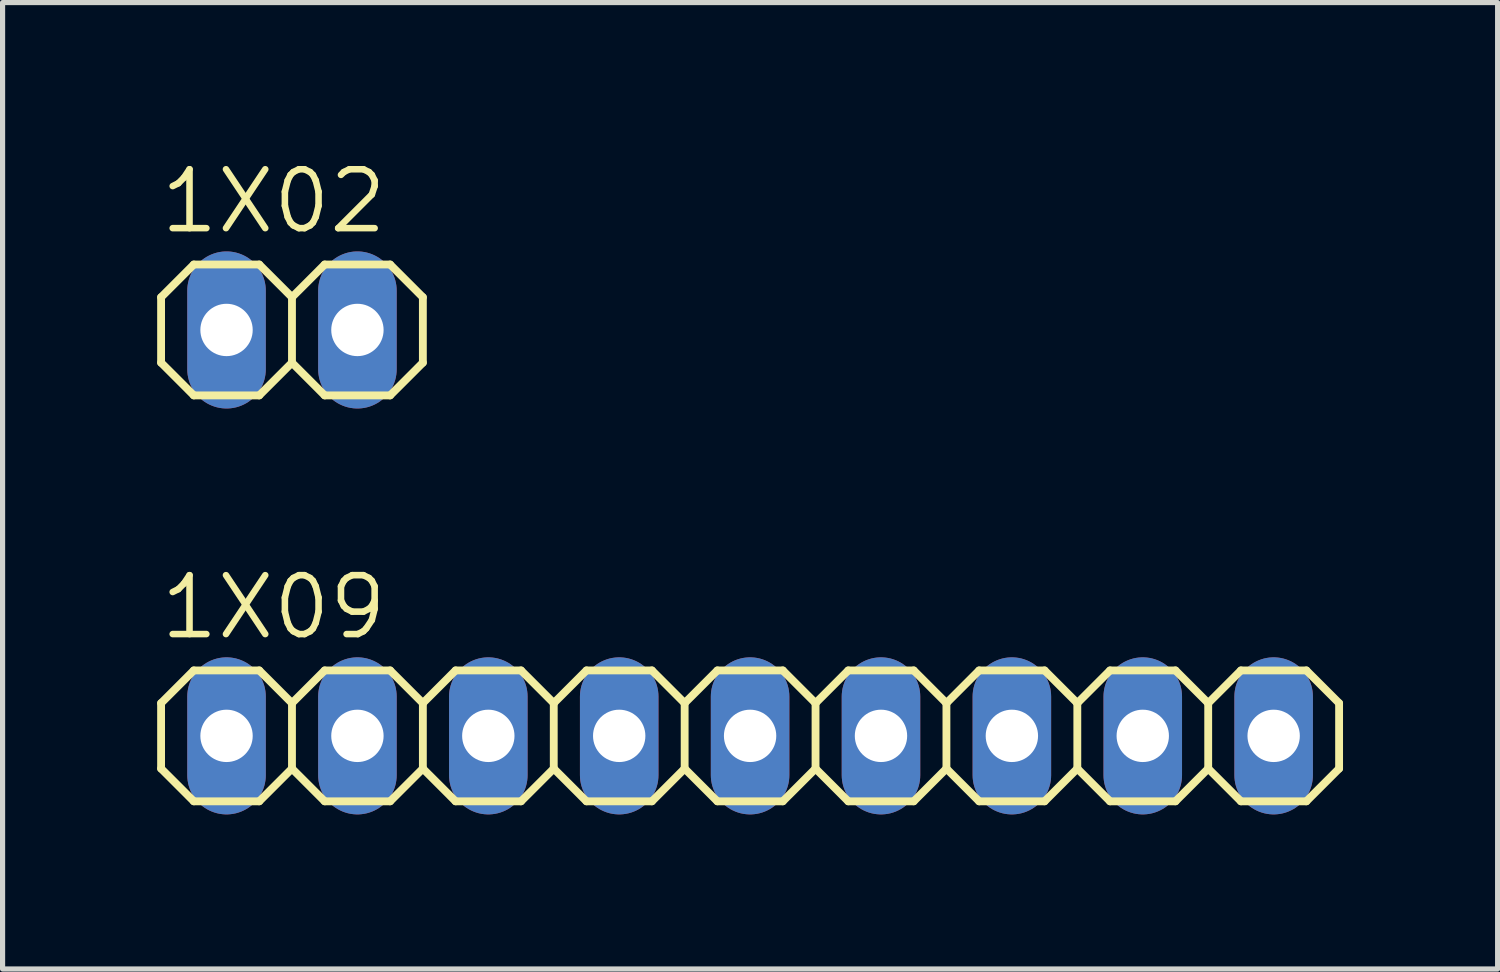
<source format=kicad_pcb>
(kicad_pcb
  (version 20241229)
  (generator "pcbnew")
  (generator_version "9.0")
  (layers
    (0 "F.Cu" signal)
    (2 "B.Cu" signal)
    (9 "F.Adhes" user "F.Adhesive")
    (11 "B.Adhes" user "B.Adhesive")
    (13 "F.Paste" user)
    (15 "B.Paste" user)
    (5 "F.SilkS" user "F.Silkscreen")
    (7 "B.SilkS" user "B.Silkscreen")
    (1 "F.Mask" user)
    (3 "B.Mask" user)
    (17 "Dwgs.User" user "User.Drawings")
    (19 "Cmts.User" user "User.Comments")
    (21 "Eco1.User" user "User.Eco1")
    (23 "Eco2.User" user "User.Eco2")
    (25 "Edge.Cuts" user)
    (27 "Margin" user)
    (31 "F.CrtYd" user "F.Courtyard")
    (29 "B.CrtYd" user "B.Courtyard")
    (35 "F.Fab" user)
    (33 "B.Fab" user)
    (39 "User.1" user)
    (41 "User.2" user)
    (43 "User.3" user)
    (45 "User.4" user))
  (footprint "1X09"
    (layer "F.Cu")
    (at 11.506 11.23)
    (property "Reference" "1X09" (at -11.506 -1.829 0) (layer "F.SilkS") (effects (font (size 1.143 1.143) (thickness 0.127)) (justify left bottom)))
    (fp_line (start -11.43 -0.635) (end -11.43 0.635) (stroke (width 0.152) (type solid)) (layer "F.SilkS"))
    (fp_line (start -11.43 0.635) (end -10.795 1.27) (stroke (width 0.152) (type solid)) (layer "F.SilkS"))
    (fp_line (start -10.795 -1.27) (end -11.43 -0.635) (stroke (width 0.152) (type solid)) (layer "F.SilkS"))
    (fp_line (start -10.795 -1.27) (end -9.525 -1.27) (stroke (width 0.152) (type solid)) (layer "F.SilkS"))
    (fp_line (start -9.525 -1.27) (end -8.89 -0.635) (stroke (width 0.152) (type solid)) (layer "F.SilkS"))
    (fp_line (start -9.525 1.27) (end -10.795 1.27) (stroke (width 0.152) (type solid)) (layer "F.SilkS"))
    (fp_line (start -8.89 -0.635) (end -8.89 0.635) (stroke (width 0.152) (type solid)) (layer "F.SilkS"))
    (fp_line (start -8.89 -0.635) (end -8.255 -1.27) (stroke (width 0.152) (type solid)) (layer "F.SilkS"))
    (fp_line (start -8.89 0.635) (end -9.525 1.27) (stroke (width 0.152) (type solid)) (layer "F.SilkS"))
    (fp_line (start -8.255 -1.27) (end -6.985 -1.27) (stroke (width 0.152) (type solid)) (layer "F.SilkS"))
    (fp_line (start -8.255 1.27) (end -8.89 0.635) (stroke (width 0.152) (type solid)) (layer "F.SilkS"))
    (fp_line (start -6.985 -1.27) (end -6.35 -0.635) (stroke (width 0.152) (type solid)) (layer "F.SilkS"))
    (fp_line (start -6.985 1.27) (end -8.255 1.27) (stroke (width 0.152) (type solid)) (layer "F.SilkS"))
    (fp_line (start -6.35 -0.635) (end -6.35 0.635) (stroke (width 0.152) (type solid)) (layer "F.SilkS"))
    (fp_line (start -6.35 -0.635) (end -5.715 -1.27) (stroke (width 0.152) (type solid)) (layer "F.SilkS"))
    (fp_line (start -6.35 0.635) (end -6.985 1.27) (stroke (width 0.152) (type solid)) (layer "F.SilkS"))
    (fp_line (start -5.715 -1.27) (end -4.445 -1.27) (stroke (width 0.152) (type solid)) (layer "F.SilkS"))
    (fp_line (start -5.715 1.27) (end -6.35 0.635) (stroke (width 0.152) (type solid)) (layer "F.SilkS"))
    (fp_line (start -4.445 -1.27) (end -3.81 -0.635) (stroke (width 0.152) (type solid)) (layer "F.SilkS"))
    (fp_line (start -4.445 1.27) (end -5.715 1.27) (stroke (width 0.152) (type solid)) (layer "F.SilkS"))
    (fp_line (start -3.81 -0.635) (end -3.81 0.635) (stroke (width 0.152) (type solid)) (layer "F.SilkS"))
    (fp_line (start -3.81 0.635) (end -4.445 1.27) (stroke (width 0.152) (type solid)) (layer "F.SilkS"))
    (fp_line (start -3.81 0.635) (end -3.175 1.27) (stroke (width 0.152) (type solid)) (layer "F.SilkS"))
    (fp_line (start -3.175 -1.27) (end -3.81 -0.635) (stroke (width 0.152) (type solid)) (layer "F.SilkS"))
    (fp_line (start -3.175 -1.27) (end -1.905 -1.27) (stroke (width 0.152) (type solid)) (layer "F.SilkS"))
    (fp_line (start -1.905 -1.27) (end -1.27 -0.635) (stroke (width 0.152) (type solid)) (layer "F.SilkS"))
    (fp_line (start -1.905 1.27) (end -3.175 1.27) (stroke (width 0.152) (type solid)) (layer "F.SilkS"))
    (fp_line (start -1.27 -0.635) (end -1.27 0.635) (stroke (width 0.152) (type solid)) (layer "F.SilkS"))
    (fp_line (start -1.27 -0.635) (end -0.635 -1.27) (stroke (width 0.152) (type solid)) (layer "F.SilkS"))
    (fp_line (start -1.27 0.635) (end -1.905 1.27) (stroke (width 0.152) (type solid)) (layer "F.SilkS"))
    (fp_line (start -0.635 -1.27) (end 0.635 -1.27) (stroke (width 0.152) (type solid)) (layer "F.SilkS"))
    (fp_line (start -0.635 1.27) (end -1.27 0.635) (stroke (width 0.152) (type solid)) (layer "F.SilkS"))
    (fp_line (start 0.635 -1.27) (end 1.27 -0.635) (stroke (width 0.152) (type solid)) (layer "F.SilkS"))
    (fp_line (start 0.635 1.27) (end -0.635 1.27) (stroke (width 0.152) (type solid)) (layer "F.SilkS"))
    (fp_line (start 1.27 -0.635) (end 1.27 0.635) (stroke (width 0.152) (type solid)) (layer "F.SilkS"))
    (fp_line (start 1.27 -0.635) (end 1.905 -1.27) (stroke (width 0.152) (type solid)) (layer "F.SilkS"))
    (fp_line (start 1.27 0.635) (end 0.635 1.27) (stroke (width 0.152) (type solid)) (layer "F.SilkS"))
    (fp_line (start 1.905 -1.27) (end 3.175 -1.27) (stroke (width 0.152) (type solid)) (layer "F.SilkS"))
    (fp_line (start 1.905 1.27) (end 1.27 0.635) (stroke (width 0.152) (type solid)) (layer "F.SilkS"))
    (fp_line (start 3.175 -1.27) (end 3.81 -0.635) (stroke (width 0.152) (type solid)) (layer "F.SilkS"))
    (fp_line (start 3.175 1.27) (end 1.905 1.27) (stroke (width 0.152) (type solid)) (layer "F.SilkS"))
    (fp_line (start 3.81 -0.635) (end 3.81 0.635) (stroke (width 0.152) (type solid)) (layer "F.SilkS"))
    (fp_line (start 3.81 0.635) (end 3.175 1.27) (stroke (width 0.152) (type solid)) (layer "F.SilkS"))
    (fp_line (start 3.81 0.635) (end 4.445 1.27) (stroke (width 0.152) (type solid)) (layer "F.SilkS"))
    (fp_line (start 4.445 -1.27) (end 3.81 -0.635) (stroke (width 0.152) (type solid)) (layer "F.SilkS"))
    (fp_line (start 4.445 -1.27) (end 5.715 -1.27) (stroke (width 0.152) (type solid)) (layer "F.SilkS"))
    (fp_line (start 5.715 -1.27) (end 6.35 -0.635) (stroke (width 0.152) (type solid)) (layer "F.SilkS"))
    (fp_line (start 5.715 1.27) (end 4.445 1.27) (stroke (width 0.152) (type solid)) (layer "F.SilkS"))
    (fp_line (start 6.35 -0.635) (end 6.35 0.635) (stroke (width 0.152) (type solid)) (layer "F.SilkS"))
    (fp_line (start 6.35 -0.635) (end 6.985 -1.27) (stroke (width 0.152) (type solid)) (layer "F.SilkS"))
    (fp_line (start 6.35 0.635) (end 5.715 1.27) (stroke (width 0.152) (type solid)) (layer "F.SilkS"))
    (fp_line (start 6.985 -1.27) (end 8.255 -1.27) (stroke (width 0.152) (type solid)) (layer "F.SilkS"))
    (fp_line (start 6.985 1.27) (end 6.35 0.635) (stroke (width 0.152) (type solid)) (layer "F.SilkS"))
    (fp_line (start 8.255 -1.27) (end 8.89 -0.635) (stroke (width 0.152) (type solid)) (layer "F.SilkS"))
    (fp_line (start 8.255 1.27) (end 6.985 1.27) (stroke (width 0.152) (type solid)) (layer "F.SilkS"))
    (fp_line (start 8.89 -0.635) (end 8.89 0.635) (stroke (width 0.152) (type solid)) (layer "F.SilkS"))
    (fp_line (start 8.89 0.635) (end 8.255 1.27) (stroke (width 0.152) (type solid)) (layer "F.SilkS"))
    (fp_line (start 8.89 0.635) (end 9.525 1.27) (stroke (width 0.152) (type solid)) (layer "F.SilkS"))
    (fp_line (start 9.525 -1.27) (end 8.89 -0.635) (stroke (width 0.152) (type solid)) (layer "F.SilkS"))
    (fp_line (start 9.525 -1.27) (end 10.795 -1.27) (stroke (width 0.152) (type solid)) (layer "F.SilkS"))
    (fp_line (start 10.795 -1.27) (end 11.43 -0.635) (stroke (width 0.152) (type solid)) (layer "F.SilkS"))
    (fp_line (start 10.795 1.27) (end 9.525 1.27) (stroke (width 0.152) (type solid)) (layer "F.SilkS"))
    (fp_line (start 11.43 -0.635) (end 11.43 0.635) (stroke (width 0.152) (type solid)) (layer "F.SilkS"))
    (fp_line (start 11.43 0.635) (end 10.795 1.27) (stroke (width 0.152) (type solid)) (layer "F.SilkS"))
    (fp_poly (pts (xy -10.414 0.254) (xy -9.906 0.254) (xy -9.906 -0.254) (xy -10.414 -0.254)) (stroke (width 0.1) (type solid)) (fill no) (layer "F.Fab"))
    (fp_poly (pts (xy -7.874 0.254) (xy -7.366 0.254) (xy -7.366 -0.254) (xy -7.874 -0.254)) (stroke (width 0.1) (type solid)) (fill no) (layer "F.Fab"))
    (fp_poly (pts (xy -5.334 0.254) (xy -4.826 0.254) (xy -4.826 -0.254) (xy -5.334 -0.254)) (stroke (width 0.1) (type solid)) (fill no) (layer "F.Fab"))
    (fp_poly (pts (xy -2.794 0.254) (xy -2.286 0.254) (xy -2.286 -0.254) (xy -2.794 -0.254)) (stroke (width 0.1) (type solid)) (fill no) (layer "F.Fab"))
    (fp_poly (pts (xy -0.254 0.254) (xy 0.254 0.254) (xy 0.254 -0.254) (xy -0.254 -0.254)) (stroke (width 0.1) (type solid)) (fill no) (layer "F.Fab"))
    (fp_poly (pts (xy 2.286 0.254) (xy 2.794 0.254) (xy 2.794 -0.254) (xy 2.286 -0.254)) (stroke (width 0.1) (type solid)) (fill no) (layer "F.Fab"))
    (fp_poly (pts (xy 4.826 0.254) (xy 5.334 0.254) (xy 5.334 -0.254) (xy 4.826 -0.254)) (stroke (width 0.1) (type solid)) (fill no) (layer "F.Fab"))
    (fp_poly (pts (xy 7.366 0.254) (xy 7.874 0.254) (xy 7.874 -0.254) (xy 7.366 -0.254)) (stroke (width 0.1) (type solid)) (fill no) (layer "F.Fab"))
    (fp_poly (pts (xy 9.906 0.254) (xy 10.414 0.254) (xy 10.414 -0.254) (xy 9.906 -0.254)) (stroke (width 0.1) (type solid)) (fill no) (layer "F.Fab"))
    (pad "1" thru_hole oval (at -10.16 0 90) (size 3.048 1.524) (drill 1.016) (layers "*.Cu" "*.Mask"))
    (pad "2" thru_hole oval (at -7.62 0 90) (size 3.048 1.524) (drill 1.016) (layers "*.Cu" "*.Mask"))
    (pad "3" thru_hole oval (at -5.08 0 90) (size 3.048 1.524) (drill 1.016) (layers "*.Cu" "*.Mask"))
    (pad "4" thru_hole oval (at -2.54 0 90) (size 3.048 1.524) (drill 1.016) (layers "*.Cu" "*.Mask"))
    (pad "5" thru_hole oval (at 0 0 90) (size 3.048 1.524) (drill 1.016) (layers "*.Cu" "*.Mask"))
    (pad "6" thru_hole oval (at 2.54 0 90) (size 3.048 1.524) (drill 1.016) (layers "*.Cu" "*.Mask"))
    (pad "7" thru_hole oval (at 5.08 0 90) (size 3.048 1.524) (drill 1.016) (layers "*.Cu" "*.Mask"))
    (pad "8" thru_hole oval (at 7.62 0 90) (size 3.048 1.524) (drill 1.016) (layers "*.Cu" "*.Mask"))
    (pad "9" thru_hole oval (at 10.16 0 90) (size 3.048 1.524) (drill 1.016) (layers "*.Cu" "*.Mask")))
  (footprint "1X02"
    (layer "F.Cu")
    (at 2.616 3.353)
    (property "Reference" "1X02" (at -2.616 -1.829 0) (layer "F.SilkS") (effects (font (size 1.143 1.143) (thickness 0.127)) (justify left bottom)))
    (fp_line (start -2.54 -0.635) (end -2.54 0.635) (stroke (width 0.152) (type solid)) (layer "F.SilkS"))
    (fp_line (start -2.54 0.635) (end -1.905 1.27) (stroke (width 0.152) (type solid)) (layer "F.SilkS"))
    (fp_line (start -1.905 -1.27) (end -2.54 -0.635) (stroke (width 0.152) (type solid)) (layer "F.SilkS"))
    (fp_line (start -1.905 -1.27) (end -0.635 -1.27) (stroke (width 0.152) (type solid)) (layer "F.SilkS"))
    (fp_line (start -0.635 -1.27) (end 0 -0.635) (stroke (width 0.152) (type solid)) (layer "F.SilkS"))
    (fp_line (start -0.635 1.27) (end -1.905 1.27) (stroke (width 0.152) (type solid)) (layer "F.SilkS"))
    (fp_line (start 0 -0.635) (end 0 0.635) (stroke (width 0.152) (type solid)) (layer "F.SilkS"))
    (fp_line (start 0 -0.635) (end 0.635 -1.27) (stroke (width 0.152) (type solid)) (layer "F.SilkS"))
    (fp_line (start 0 0.635) (end -0.635 1.27) (stroke (width 0.152) (type solid)) (layer "F.SilkS"))
    (fp_line (start 0.635 -1.27) (end 1.905 -1.27) (stroke (width 0.152) (type solid)) (layer "F.SilkS"))
    (fp_line (start 0.635 1.27) (end 0 0.635) (stroke (width 0.152) (type solid)) (layer "F.SilkS"))
    (fp_line (start 1.905 -1.27) (end 2.54 -0.635) (stroke (width 0.152) (type solid)) (layer "F.SilkS"))
    (fp_line (start 1.905 1.27) (end 0.635 1.27) (stroke (width 0.152) (type solid)) (layer "F.SilkS"))
    (fp_line (start 2.54 -0.635) (end 2.54 0.635) (stroke (width 0.152) (type solid)) (layer "F.SilkS"))
    (fp_line (start 2.54 0.635) (end 1.905 1.27) (stroke (width 0.152) (type solid)) (layer "F.SilkS"))
    (fp_poly (pts (xy -1.524 0.254) (xy -1.016 0.254) (xy -1.016 -0.254) (xy -1.524 -0.254)) (stroke (width 0.1) (type solid)) (fill no) (layer "F.Fab"))
    (fp_poly (pts (xy 1.016 0.254) (xy 1.524 0.254) (xy 1.524 -0.254) (xy 1.016 -0.254)) (stroke (width 0.1) (type solid)) (fill no) (layer "F.Fab"))
    (pad "1" thru_hole oval (at -1.27 0 90) (size 3.048 1.524) (drill 1.016) (layers "*.Cu" "*.Mask"))
    (pad "2" thru_hole oval (at 1.27 0 90) (size 3.048 1.524) (drill 1.016) (layers "*.Cu" "*.Mask")))
  (gr_rect
    (start -3 -3)
    (end 26.012 15.754)
    (stroke (width 0.1) (type default))
    (fill no)
    (layer "Edge.Cuts")))
</source>
